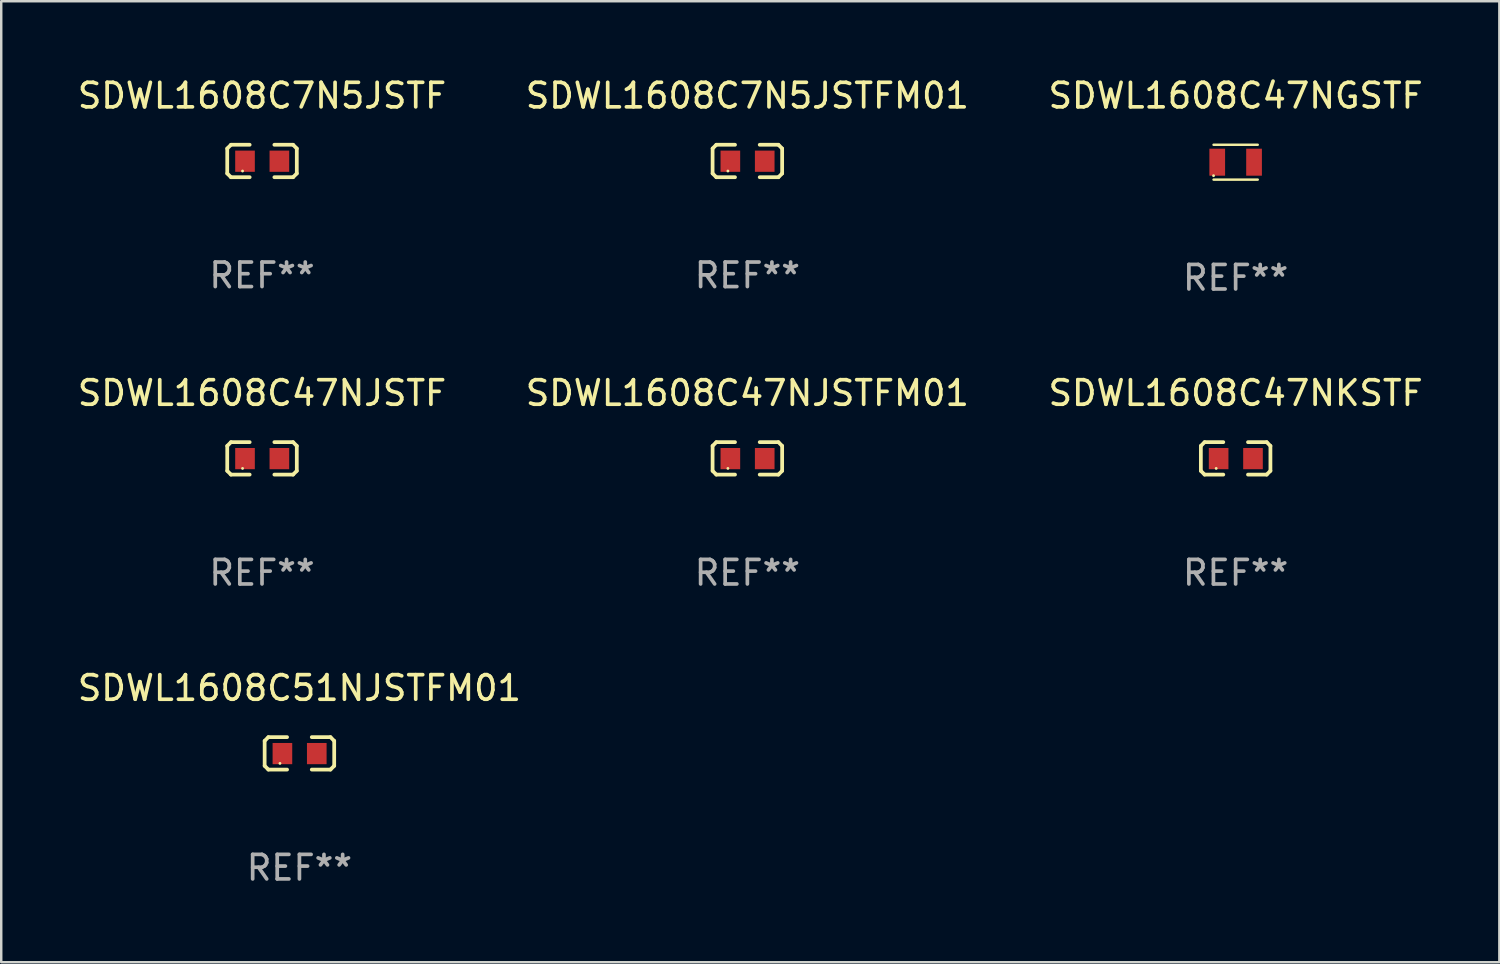
<source format=kicad_pcb>
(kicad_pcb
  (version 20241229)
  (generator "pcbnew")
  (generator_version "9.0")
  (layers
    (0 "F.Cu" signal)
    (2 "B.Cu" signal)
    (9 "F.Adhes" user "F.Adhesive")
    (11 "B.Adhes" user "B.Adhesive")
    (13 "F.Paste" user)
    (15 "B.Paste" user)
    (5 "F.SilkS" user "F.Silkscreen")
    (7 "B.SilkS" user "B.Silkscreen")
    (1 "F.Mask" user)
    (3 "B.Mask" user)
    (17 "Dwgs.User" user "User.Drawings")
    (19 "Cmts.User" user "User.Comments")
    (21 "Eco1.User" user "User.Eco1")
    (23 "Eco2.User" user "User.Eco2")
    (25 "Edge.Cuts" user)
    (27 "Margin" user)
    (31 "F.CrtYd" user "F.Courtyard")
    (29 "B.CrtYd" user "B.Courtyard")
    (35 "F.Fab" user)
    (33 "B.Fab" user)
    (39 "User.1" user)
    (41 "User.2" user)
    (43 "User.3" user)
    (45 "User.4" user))
  (footprint "SDWL1608C47NGSTF"
    (layer "F.Cu")
    (at 47.292 3.558)
    (property "Reference" "SDWL1608C47NGSTF" (at 0 -2.71 0) (layer "F.SilkS") (effects (font (size 1 1) (thickness 0.15))))
    (attr through_hole)
    (fp_line (start -0.9 -0.71) (end 0.9 -0.71) (stroke (width 0.1) (type solid)) (layer "F.SilkS"))
    (fp_line (start 0.9 0.71) (end -0.9 0.71) (stroke (width 0.1) (type solid)) (layer "F.SilkS"))
    (fp_circle (center -0.9 0.55) (end -0.87 0.55) (stroke (width 0.06) (type solid)) (fill no) (layer "F.SilkS"))
    (fp_text user "REF**" (at 0 4.71 0) (layer "F.Fab") (effects (font (size 1 1) (thickness 0.15))))
    (pad "1" smd rect (at -0.75 0) (size 0.64 1.1) (layers "F.Cu" "F.Mask" "F.Paste"))
    (pad "2" smd rect (at 0.75 0) (size 0.64 1.1) (layers "F.Cu" "F.Mask" "F.Paste")))
  (footprint "SDWL1608C7N5JSTF"
    (layer "F.Cu")
    (at 7.625 3.509)
    (property "Reference" "SDWL1608C7N5JSTF" (at 0 -2.661 0) (layer "F.SilkS") (effects (font (size 1 1) (thickness 0.15))))
    (attr through_hole)
    (fp_line (start -1.417 -0.508) (end -1.265 -0.661) (stroke (width 0.152) (type solid)) (layer "F.SilkS"))
    (fp_line (start -1.417 0.508) (end -1.417 -0.508) (stroke (width 0.152) (type solid)) (layer "F.SilkS"))
    (fp_line (start -1.265 -0.661) (end -0.503 -0.661) (stroke (width 0.152) (type solid)) (layer "F.SilkS"))
    (fp_line (start -1.265 0.661) (end -1.417 0.508) (stroke (width 0.152) (type solid)) (layer "F.SilkS"))
    (fp_line (start -1.265 0.661) (end -0.503 0.661) (stroke (width 0.152) (type solid)) (layer "F.SilkS"))
    (fp_line (start 1.265 -0.661) (end 0.503 -0.661) (stroke (width 0.152) (type solid)) (layer "F.SilkS"))
    (fp_line (start 1.265 -0.661) (end 1.417 -0.508) (stroke (width 0.152) (type solid)) (layer "F.SilkS"))
    (fp_line (start 1.265 0.661) (end 0.503 0.661) (stroke (width 0.152) (type solid)) (layer "F.SilkS"))
    (fp_line (start 1.417 -0.508) (end 1.417 0.508) (stroke (width 0.152) (type solid)) (layer "F.SilkS"))
    (fp_line (start 1.417 0.508) (end 1.265 0.661) (stroke (width 0.152) (type solid)) (layer "F.SilkS"))
    (fp_circle (center -0.793 0.409) (end -0.763 0.409) (stroke (width 0.06) (type solid)) (fill no) (layer "F.SilkS"))
    (fp_text user "REF**" (at 0 4.661 0) (layer "F.Fab") (effects (font (size 1 1) (thickness 0.15))))
    (pad "1" smd rect (at -0.693 0.009 180) (size 0.8 0.864) (layers "F.Cu" "F.Mask" "F.Paste"))
    (pad "2" smd rect (at 0.707 0.009 180) (size 0.8 0.864) (layers "F.Cu" "F.Mask" "F.Paste")))
  (footprint "SDWL1608C47NJSTF"
    (layer "F.Cu")
    (at 7.625 15.625)
    (property "Reference" "SDWL1608C47NJSTF" (at 0 -2.661 0) (layer "F.SilkS") (effects (font (size 1 1) (thickness 0.15))))
    (attr through_hole)
    (fp_line (start -1.417 -0.508) (end -1.265 -0.661) (stroke (width 0.152) (type solid)) (layer "F.SilkS"))
    (fp_line (start -1.417 0.508) (end -1.417 -0.508) (stroke (width 0.152) (type solid)) (layer "F.SilkS"))
    (fp_line (start -1.265 -0.661) (end -0.503 -0.661) (stroke (width 0.152) (type solid)) (layer "F.SilkS"))
    (fp_line (start -1.265 0.661) (end -1.417 0.508) (stroke (width 0.152) (type solid)) (layer "F.SilkS"))
    (fp_line (start -1.265 0.661) (end -0.503 0.661) (stroke (width 0.152) (type solid)) (layer "F.SilkS"))
    (fp_line (start 1.265 -0.661) (end 0.503 -0.661) (stroke (width 0.152) (type solid)) (layer "F.SilkS"))
    (fp_line (start 1.265 -0.661) (end 1.417 -0.508) (stroke (width 0.152) (type solid)) (layer "F.SilkS"))
    (fp_line (start 1.265 0.661) (end 0.503 0.661) (stroke (width 0.152) (type solid)) (layer "F.SilkS"))
    (fp_line (start 1.417 -0.508) (end 1.417 0.508) (stroke (width 0.152) (type solid)) (layer "F.SilkS"))
    (fp_line (start 1.417 0.508) (end 1.265 0.661) (stroke (width 0.152) (type solid)) (layer "F.SilkS"))
    (fp_circle (center -0.793 0.409) (end -0.763 0.409) (stroke (width 0.06) (type solid)) (fill no) (layer "F.SilkS"))
    (fp_text user "REF**" (at 0 4.661 0) (layer "F.Fab") (effects (font (size 1 1) (thickness 0.15))))
    (pad "1" smd rect (at -0.693 0.009 180) (size 0.8 0.864) (layers "F.Cu" "F.Mask" "F.Paste"))
    (pad "2" smd rect (at 0.707 0.009 180) (size 0.8 0.864) (layers "F.Cu" "F.Mask" "F.Paste")))
  (footprint "SDWL1608C51NJSTFM01"
    (layer "F.Cu")
    (at 9.149 27.643)
    (property "Reference" "SDWL1608C51NJSTFM01" (at 0 -2.661 0) (layer "F.SilkS") (effects (font (size 1 1) (thickness 0.15))))
    (attr through_hole)
    (fp_line (start -1.417 -0.508) (end -1.265 -0.661) (stroke (width 0.152) (type solid)) (layer "F.SilkS"))
    (fp_line (start -1.417 0.508) (end -1.417 -0.508) (stroke (width 0.152) (type solid)) (layer "F.SilkS"))
    (fp_line (start -1.265 -0.661) (end -0.503 -0.661) (stroke (width 0.152) (type solid)) (layer "F.SilkS"))
    (fp_line (start -1.265 0.661) (end -1.417 0.508) (stroke (width 0.152) (type solid)) (layer "F.SilkS"))
    (fp_line (start -1.265 0.661) (end -0.503 0.661) (stroke (width 0.152) (type solid)) (layer "F.SilkS"))
    (fp_line (start 1.265 -0.661) (end 0.503 -0.661) (stroke (width 0.152) (type solid)) (layer "F.SilkS"))
    (fp_line (start 1.265 -0.661) (end 1.417 -0.508) (stroke (width 0.152) (type solid)) (layer "F.SilkS"))
    (fp_line (start 1.265 0.661) (end 0.503 0.661) (stroke (width 0.152) (type solid)) (layer "F.SilkS"))
    (fp_line (start 1.417 -0.508) (end 1.417 0.508) (stroke (width 0.152) (type solid)) (layer "F.SilkS"))
    (fp_line (start 1.417 0.508) (end 1.265 0.661) (stroke (width 0.152) (type solid)) (layer "F.SilkS"))
    (fp_circle (center -0.793 0.409) (end -0.763 0.409) (stroke (width 0.06) (type solid)) (fill no) (layer "F.SilkS"))
    (fp_text user "REF**" (at 0 4.661 0) (layer "F.Fab") (effects (font (size 1 1) (thickness 0.15))))
    (pad "1" smd rect (at -0.693 0.009 180) (size 0.8 0.864) (layers "F.Cu" "F.Mask" "F.Paste"))
    (pad "2" smd rect (at 0.707 0.009 180) (size 0.8 0.864) (layers "F.Cu" "F.Mask" "F.Paste")))
  (footprint "SDWL1608C7N5JSTFM01"
    (layer "F.Cu")
    (at 27.399 3.509)
    (property "Reference" "SDWL1608C7N5JSTFM01" (at 0 -2.661 0) (layer "F.SilkS") (effects (font (size 1 1) (thickness 0.15))))
    (attr through_hole)
    (fp_line (start -1.417 -0.508) (end -1.265 -0.661) (stroke (width 0.152) (type solid)) (layer "F.SilkS"))
    (fp_line (start -1.417 0.508) (end -1.417 -0.508) (stroke (width 0.152) (type solid)) (layer "F.SilkS"))
    (fp_line (start -1.265 -0.661) (end -0.503 -0.661) (stroke (width 0.152) (type solid)) (layer "F.SilkS"))
    (fp_line (start -1.265 0.661) (end -1.417 0.508) (stroke (width 0.152) (type solid)) (layer "F.SilkS"))
    (fp_line (start -1.265 0.661) (end -0.503 0.661) (stroke (width 0.152) (type solid)) (layer "F.SilkS"))
    (fp_line (start 1.265 -0.661) (end 0.503 -0.661) (stroke (width 0.152) (type solid)) (layer "F.SilkS"))
    (fp_line (start 1.265 -0.661) (end 1.417 -0.508) (stroke (width 0.152) (type solid)) (layer "F.SilkS"))
    (fp_line (start 1.265 0.661) (end 0.503 0.661) (stroke (width 0.152) (type solid)) (layer "F.SilkS"))
    (fp_line (start 1.417 -0.508) (end 1.417 0.508) (stroke (width 0.152) (type solid)) (layer "F.SilkS"))
    (fp_line (start 1.417 0.508) (end 1.265 0.661) (stroke (width 0.152) (type solid)) (layer "F.SilkS"))
    (fp_circle (center -0.793 0.409) (end -0.763 0.409) (stroke (width 0.06) (type solid)) (fill no) (layer "F.SilkS"))
    (fp_text user "REF**" (at 0 4.661 0) (layer "F.Fab") (effects (font (size 1 1) (thickness 0.15))))
    (pad "1" smd rect (at -0.693 0.009 180) (size 0.8 0.864) (layers "F.Cu" "F.Mask" "F.Paste"))
    (pad "2" smd rect (at 0.707 0.009 180) (size 0.8 0.864) (layers "F.Cu" "F.Mask" "F.Paste")))
  (footprint "SDWL1608C47NKSTF"
    (layer "F.Cu")
    (at 47.292 15.625)
    (property "Reference" "SDWL1608C47NKSTF" (at 0 -2.661 0) (layer "F.SilkS") (effects (font (size 1 1) (thickness 0.15))))
    (attr through_hole)
    (fp_line (start -1.417 -0.508) (end -1.265 -0.661) (stroke (width 0.152) (type solid)) (layer "F.SilkS"))
    (fp_line (start -1.417 0.508) (end -1.417 -0.508) (stroke (width 0.152) (type solid)) (layer "F.SilkS"))
    (fp_line (start -1.265 -0.661) (end -0.503 -0.661) (stroke (width 0.152) (type solid)) (layer "F.SilkS"))
    (fp_line (start -1.265 0.661) (end -1.417 0.508) (stroke (width 0.152) (type solid)) (layer "F.SilkS"))
    (fp_line (start -1.265 0.661) (end -0.503 0.661) (stroke (width 0.152) (type solid)) (layer "F.SilkS"))
    (fp_line (start 1.265 -0.661) (end 0.503 -0.661) (stroke (width 0.152) (type solid)) (layer "F.SilkS"))
    (fp_line (start 1.265 -0.661) (end 1.417 -0.508) (stroke (width 0.152) (type solid)) (layer "F.SilkS"))
    (fp_line (start 1.265 0.661) (end 0.503 0.661) (stroke (width 0.152) (type solid)) (layer "F.SilkS"))
    (fp_line (start 1.417 -0.508) (end 1.417 0.508) (stroke (width 0.152) (type solid)) (layer "F.SilkS"))
    (fp_line (start 1.417 0.508) (end 1.265 0.661) (stroke (width 0.152) (type solid)) (layer "F.SilkS"))
    (fp_circle (center -0.793 0.409) (end -0.763 0.409) (stroke (width 0.06) (type solid)) (fill no) (layer "F.SilkS"))
    (fp_text user "REF**" (at 0 4.661 0) (layer "F.Fab") (effects (font (size 1 1) (thickness 0.15))))
    (pad "1" smd rect (at -0.693 0.009 180) (size 0.8 0.864) (layers "F.Cu" "F.Mask" "F.Paste"))
    (pad "2" smd rect (at 0.707 0.009 180) (size 0.8 0.864) (layers "F.Cu" "F.Mask" "F.Paste")))
  (footprint "SDWL1608C47NJSTFM01"
    (layer "F.Cu")
    (at 27.399 15.625)
    (property "Reference" "SDWL1608C47NJSTFM01" (at 0 -2.661 0) (layer "F.SilkS") (effects (font (size 1 1) (thickness 0.15))))
    (attr through_hole)
    (fp_line (start -1.417 -0.508) (end -1.265 -0.661) (stroke (width 0.152) (type solid)) (layer "F.SilkS"))
    (fp_line (start -1.417 0.508) (end -1.417 -0.508) (stroke (width 0.152) (type solid)) (layer "F.SilkS"))
    (fp_line (start -1.265 -0.661) (end -0.503 -0.661) (stroke (width 0.152) (type solid)) (layer "F.SilkS"))
    (fp_line (start -1.265 0.661) (end -1.417 0.508) (stroke (width 0.152) (type solid)) (layer "F.SilkS"))
    (fp_line (start -1.265 0.661) (end -0.503 0.661) (stroke (width 0.152) (type solid)) (layer "F.SilkS"))
    (fp_line (start 1.265 -0.661) (end 0.503 -0.661) (stroke (width 0.152) (type solid)) (layer "F.SilkS"))
    (fp_line (start 1.265 -0.661) (end 1.417 -0.508) (stroke (width 0.152) (type solid)) (layer "F.SilkS"))
    (fp_line (start 1.265 0.661) (end 0.503 0.661) (stroke (width 0.152) (type solid)) (layer "F.SilkS"))
    (fp_line (start 1.417 -0.508) (end 1.417 0.508) (stroke (width 0.152) (type solid)) (layer "F.SilkS"))
    (fp_line (start 1.417 0.508) (end 1.265 0.661) (stroke (width 0.152) (type solid)) (layer "F.SilkS"))
    (fp_circle (center -0.793 0.409) (end -0.763 0.409) (stroke (width 0.06) (type solid)) (fill no) (layer "F.SilkS"))
    (fp_text user "REF**" (at 0 4.661 0) (layer "F.Fab") (effects (font (size 1 1) (thickness 0.15))))
    (pad "1" smd rect (at -0.693 0.009 180) (size 0.8 0.864) (layers "F.Cu" "F.Mask" "F.Paste"))
    (pad "2" smd rect (at 0.707 0.009 180) (size 0.8 0.864) (layers "F.Cu" "F.Mask" "F.Paste")))
  (gr_rect
    (start -3 -3)
    (end 58.036 36.152)
    (stroke (width 0.1) (type default))
    (fill no)
    (layer "Edge.Cuts")))
</source>
